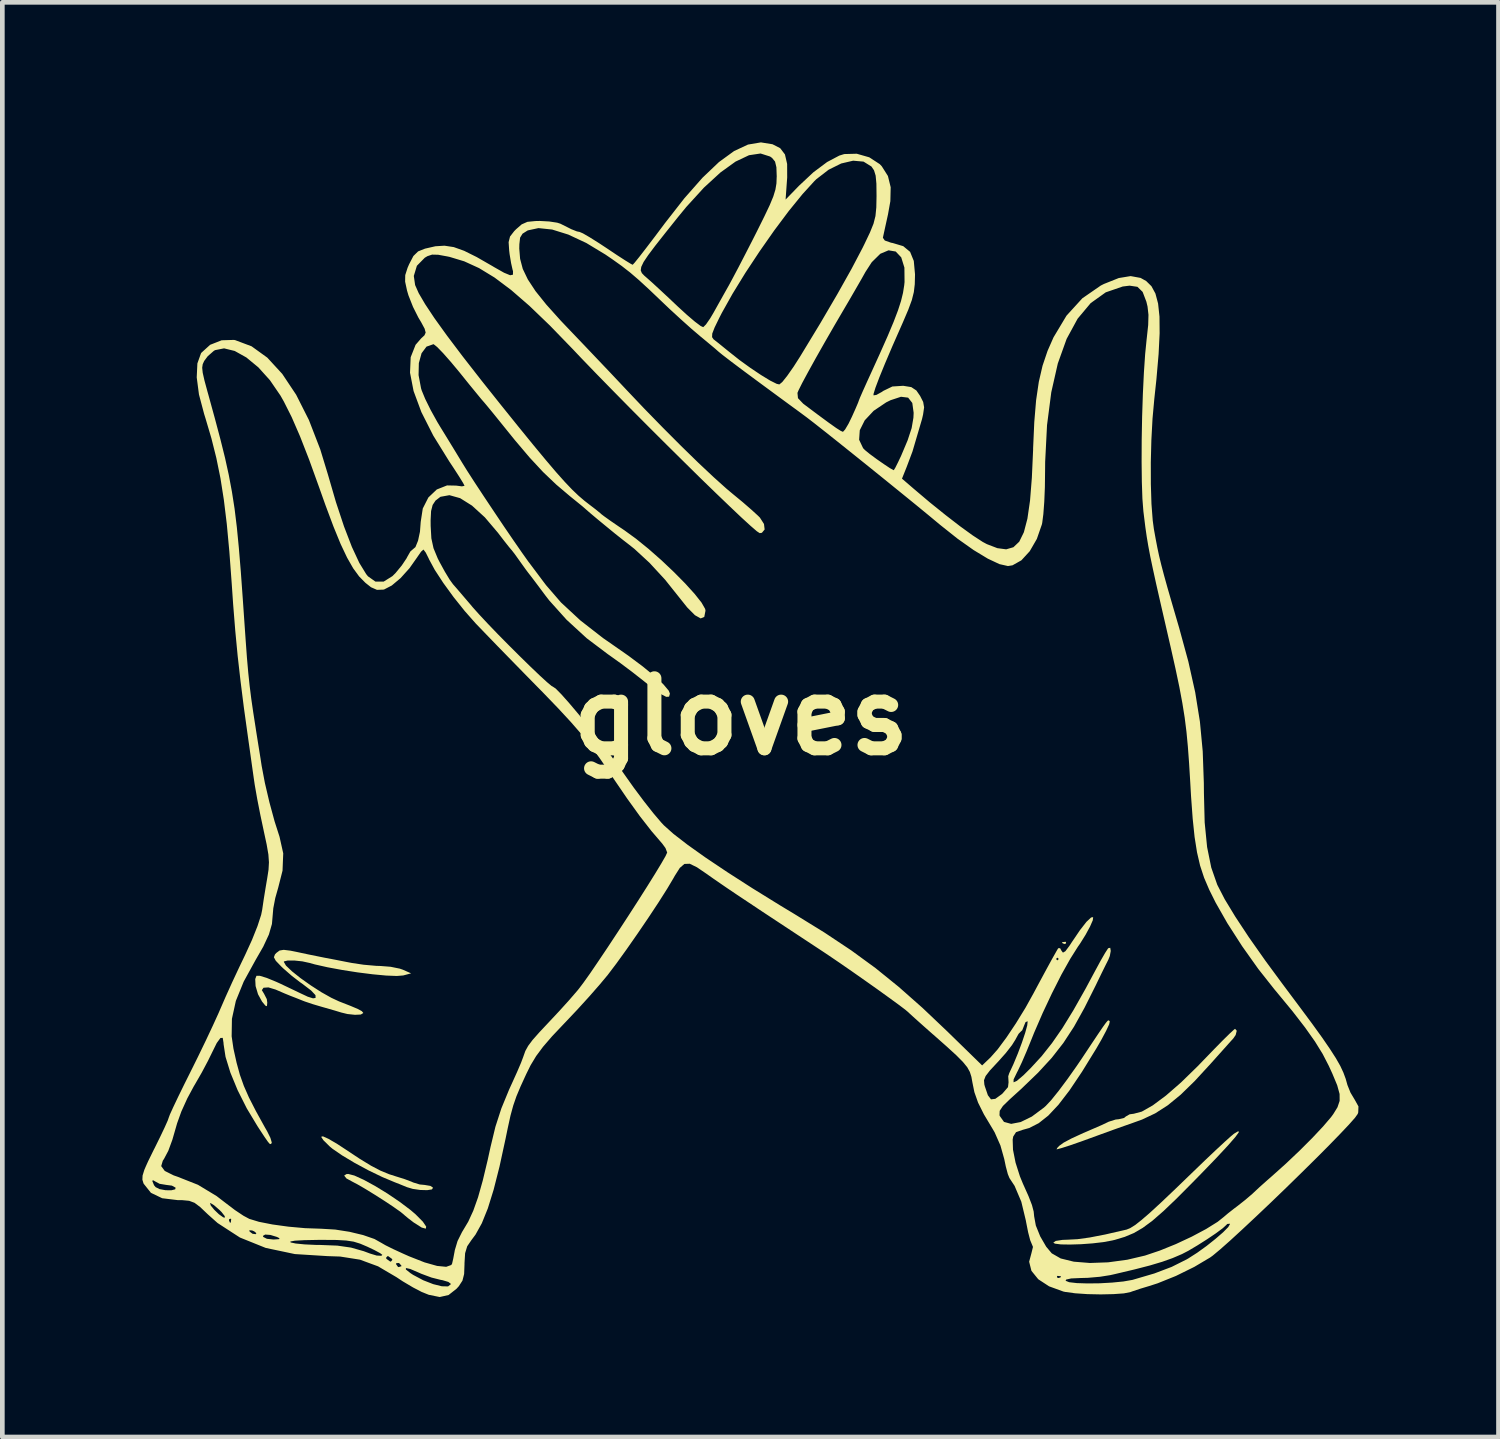
<source format=kicad_pcb>
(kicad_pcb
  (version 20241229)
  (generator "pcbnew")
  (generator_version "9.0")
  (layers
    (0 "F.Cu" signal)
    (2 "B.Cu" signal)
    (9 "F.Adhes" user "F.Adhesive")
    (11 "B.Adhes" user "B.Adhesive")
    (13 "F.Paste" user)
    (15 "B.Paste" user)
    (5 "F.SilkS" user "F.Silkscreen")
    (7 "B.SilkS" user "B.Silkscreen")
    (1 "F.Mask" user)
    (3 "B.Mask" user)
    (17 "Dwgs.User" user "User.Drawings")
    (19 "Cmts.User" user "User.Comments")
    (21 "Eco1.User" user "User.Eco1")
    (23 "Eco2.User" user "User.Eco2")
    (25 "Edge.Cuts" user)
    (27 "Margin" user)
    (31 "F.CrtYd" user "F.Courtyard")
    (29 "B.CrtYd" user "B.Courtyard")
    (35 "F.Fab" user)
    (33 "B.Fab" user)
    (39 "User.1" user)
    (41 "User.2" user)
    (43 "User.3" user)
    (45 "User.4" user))
  (footprint "gloves"
    (layer "F.Cu")
    (at 12.825 12.301)
    (property "Reference" "gloves" (at 0 0 0) (layer "F.SilkS") (effects (font (size 1.5 1.5) (thickness 0.3))))
    (attr board_only exclude_from_pos_files exclude_from_bom)
    (fp_poly (pts (xy 6.961 4.83) (xy 6.953 4.865) (xy 6.922 4.869) (xy 6.874 4.847) (xy 6.883 4.83) (xy 6.952 4.823)) (stroke (width 0) (type solid)) (fill yes) (layer "F.SilkS"))
    (fp_poly (pts (xy -8.284 9.83) (xy -8.084 9.921) (xy -7.84 10.054) (xy -7.575 10.216) (xy -7.315 10.392) (xy -7.084 10.566) (xy -6.974 10.66) (xy -6.818 10.817) (xy -6.746 10.923) (xy -6.754 10.968) (xy -6.842 10.944) (xy -7.008 10.839) (xy -7.01 10.838) (xy -7.133 10.744) (xy -7.21 10.68) (xy -7.215 10.674) (xy -7.289 10.613) (xy -7.436 10.509) (xy -7.629 10.38) (xy -7.842 10.244) (xy -8.047 10.118) (xy -8.217 10.019) (xy -8.315 9.968) (xy -8.454 9.892) (xy -8.503 9.831) (xy -8.454 9.799) (xy -8.415 9.796)) (stroke (width 0) (type solid)) (fill yes) (layer "F.SilkS"))
    (fp_poly (pts (xy -8.84 9.043) (xy -8.647 9.156) (xy -8.481 9.265) (xy -8.17 9.471) (xy -7.926 9.62) (xy -7.725 9.725) (xy -7.541 9.801) (xy -7.391 9.849) (xy -7.209 9.906) (xy -7.062 9.961) (xy -7.025 9.978) (xy -6.885 10.021) (xy -6.78 10.031) (xy -6.655 10.052) (xy -6.599 10.09) (xy -6.622 10.127) (xy -6.725 10.143) (xy -6.873 10.139) (xy -7.033 10.116) (xy -7.157 10.079) (xy -7.316 10.014) (xy -7.421 9.973) (xy -7.686 9.862) (xy -7.984 9.718) (xy -8.282 9.557) (xy -8.549 9.397) (xy -8.752 9.257) (xy -8.807 9.212) (xy -8.947 9.074) (xy -8.996 9) (xy -8.958 8.99)) (stroke (width 0) (type solid)) (fill yes) (layer "F.SilkS"))
    (fp_poly (pts (xy 10.661 8.903) (xy 10.586 9.006) (xy 10.428 9.187) (xy 10.187 9.446) (xy 9.865 9.78) (xy 9.669 9.98) (xy 9.326 10.325) (xy 9.044 10.594) (xy 8.809 10.799) (xy 8.603 10.951) (xy 8.412 11.062) (xy 8.219 11.143) (xy 8.007 11.207) (xy 7.948 11.221) (xy 7.759 11.256) (xy 7.527 11.283) (xy 7.28 11.301) (xy 7.046 11.308) (xy 6.851 11.305) (xy 6.723 11.289) (xy 6.687 11.267) (xy 6.741 11.23) (xy 6.885 11.208) (xy 6.995 11.204) (xy 7.206 11.193) (xy 7.467 11.157) (xy 7.798 11.093) (xy 8.219 10.996) (xy 8.256 10.988) (xy 8.335 10.956) (xy 8.44 10.89) (xy 8.58 10.78) (xy 8.766 10.619) (xy 9.006 10.398) (xy 9.309 10.11) (xy 9.684 9.748) (xy 9.935 9.506) (xy 10.165 9.288) (xy 10.358 9.109) (xy 10.497 8.984) (xy 10.559 8.933) (xy 10.652 8.878)) (stroke (width 0) (type solid)) (fill yes) (layer "F.SilkS"))
    (fp_poly (pts (xy 10.617 6.728) (xy 10.594 6.819) (xy 10.544 6.892) (xy 10.476 6.967) (xy 10.35 7.108) (xy 10.186 7.291) (xy 10.06 7.432) (xy 9.714 7.808) (xy 9.413 8.101) (xy 9.138 8.326) (xy 8.87 8.498) (xy 8.588 8.631) (xy 8.388 8.703) (xy 8.209 8.766) (xy 7.964 8.853) (xy 7.7 8.949) (xy 7.626 8.976) (xy 7.316 9.089) (xy 7.056 9.18) (xy 6.866 9.241) (xy 6.764 9.268) (xy 6.757 9.268) (xy 6.775 9.235) (xy 6.815 9.193) (xy 6.909 9.125) (xy 7.076 9.036) (xy 7.33 8.919) (xy 7.553 8.823) (xy 7.721 8.75) (xy 7.856 8.686) (xy 7.874 8.677) (xy 8.023 8.63) (xy 8.091 8.623) (xy 8.204 8.596) (xy 8.242 8.564) (xy 8.323 8.518) (xy 8.412 8.506) (xy 8.584 8.46) (xy 8.816 8.328) (xy 9.1 8.117) (xy 9.424 7.835) (xy 9.78 7.488) (xy 9.892 7.372) (xy 10.115 7.141) (xy 10.309 6.943) (xy 10.461 6.793) (xy 10.557 6.705) (xy 10.581 6.687)) (stroke (width 0) (type solid)) (fill yes) (layer "F.SilkS"))
    (fp_poly (pts (xy -9.653 5.013) (xy -9.52 5.04) (xy -9.277 5.092) (xy -9.03 5.142) (xy -8.916 5.165) (xy -8.694 5.207) (xy -8.44 5.257) (xy -8.34 5.276) (xy -8.087 5.314) (xy -7.818 5.338) (xy -7.724 5.341) (xy -7.508 5.358) (xy -7.311 5.398) (xy -7.245 5.421) (xy -7.069 5.499) (xy -7.238 5.544) (xy -7.376 5.555) (xy -7.603 5.546) (xy -7.892 5.519) (xy -8.216 5.478) (xy -8.548 5.426) (xy -8.862 5.368) (xy -9.132 5.307) (xy -9.243 5.276) (xy -9.399 5.242) (xy -9.568 5.224) (xy -9.712 5.224) (xy -9.791 5.243) (xy -9.796 5.253) (xy -9.749 5.333) (xy -9.622 5.454) (xy -9.439 5.6) (xy -9.222 5.754) (xy -8.994 5.901) (xy -8.777 6.023) (xy -8.614 6.099) (xy -8.366 6.196) (xy -8.21 6.262) (xy -8.127 6.307) (xy -8.097 6.34) (xy -8.095 6.35) (xy -8.146 6.381) (xy -8.272 6.387) (xy -8.433 6.37) (xy -8.564 6.338) (xy -8.713 6.293) (xy -8.908 6.237) (xy -8.975 6.218) (xy -9.171 6.16) (xy -9.344 6.102) (xy -9.386 6.086) (xy -9.546 6.022) (xy -9.65 5.982) (xy -9.782 5.928) (xy -9.951 5.855) (xy -9.972 5.846) (xy -10.125 5.8) (xy -10.231 5.807) (xy -10.266 5.859) (xy -10.219 5.936) (xy -10.16 6.051) (xy -10.15 6.127) (xy -10.157 6.202) (xy -10.19 6.191) (xy -10.262 6.103) (xy -10.348 5.947) (xy -10.4 5.772) (xy -10.408 5.621) (xy -10.381 5.551) (xy -10.31 5.551) (xy -10.16 5.597) (xy -9.958 5.68) (xy -9.874 5.718) (xy -9.647 5.826) (xy -9.447 5.922) (xy -9.308 5.987) (xy -9.283 5.999) (xy -9.17 6.034) (xy -9.115 6.025) (xy -9.117 5.966) (xy -9.211 5.866) (xy -9.402 5.72) (xy -9.444 5.691) (xy -9.621 5.555) (xy -9.806 5.394) (xy -9.85 5.352) (xy -9.967 5.23) (xy -10.008 5.154) (xy -9.985 5.093) (xy -9.955 5.061) (xy -9.887 5.01) (xy -9.798 4.995)) (stroke (width 0) (type solid)) (fill yes) (layer "F.SilkS"))
    (fp_poly (pts (xy 0.673 -12.261) (xy 0.837 -12.177) (xy 0.939 -12.043) (xy 0.986 -11.839) (xy 0.987 -11.547) (xy 0.983 -11.495) (xy 0.953 -11.076) (xy 1.242 -11.374) (xy 1.549 -11.661) (xy 1.842 -11.88) (xy 2.103 -12.018) (xy 2.21 -12.051) (xy 2.477 -12.058) (xy 2.746 -11.981) (xy 2.97 -11.835) (xy 3.014 -11.788) (xy 3.145 -11.581) (xy 3.204 -11.34) (xy 3.197 -11.042) (xy 3.147 -10.761) (xy 3.099 -10.543) (xy 3.06 -10.365) (xy 3.038 -10.263) (xy 3.037 -10.258) (xy 3.078 -10.199) (xy 3.212 -10.152) (xy 3.246 -10.146) (xy 3.473 -10.078) (xy 3.62 -9.956) (xy 3.699 -9.762) (xy 3.725 -9.478) (xy 3.725 -9.457) (xy 3.72 -9.262) (xy 3.7 -9.094) (xy 3.657 -8.923) (xy 3.581 -8.717) (xy 3.465 -8.445) (xy 3.427 -8.359) (xy 3.239 -7.932) (xy 3.082 -7.563) (xy 2.96 -7.264) (xy 2.877 -7.044) (xy 2.837 -6.914) (xy 2.836 -6.882) (xy 2.899 -6.892) (xy 3.015 -6.956) (xy 3.046 -6.978) (xy 3.24 -7.072) (xy 3.472 -7.087) (xy 3.645 -7.059) (xy 3.754 -6.987) (xy 3.834 -6.871) (xy 3.9 -6.741) (xy 3.92 -6.625) (xy 3.898 -6.472) (xy 3.875 -6.373) (xy 3.671 -5.68) (xy 3.547 -5.35) (xy 3.446 -5.098) (xy 3.698 -4.881) (xy 4.042 -4.59) (xy 4.38 -4.318) (xy 4.692 -4.077) (xy 4.963 -3.881) (xy 5.175 -3.743) (xy 5.265 -3.695) (xy 5.489 -3.609) (xy 5.678 -3.584) (xy 5.833 -3.629) (xy 5.958 -3.748) (xy 6.057 -3.95) (xy 6.133 -4.241) (xy 6.189 -4.628) (xy 6.228 -5.118) (xy 6.255 -5.718) (xy 6.255 -5.749) (xy 6.28 -6.31) (xy 6.319 -6.777) (xy 6.377 -7.172) (xy 6.457 -7.517) (xy 6.564 -7.834) (xy 6.692 -8.125) (xy 6.97 -8.589) (xy 7.309 -8.961) (xy 7.704 -9.234) (xy 7.771 -9.268) (xy 8.089 -9.395) (xy 8.344 -9.437) (xy 8.557 -9.398) (xy 8.677 -9.331) (xy 8.79 -9.22) (xy 8.875 -9.063) (xy 8.932 -8.849) (xy 8.962 -8.569) (xy 8.965 -8.211) (xy 8.943 -7.767) (xy 8.896 -7.224) (xy 8.851 -6.805) (xy 8.813 -6.386) (xy 8.788 -5.924) (xy 8.776 -5.447) (xy 8.777 -4.982) (xy 8.79 -4.558) (xy 8.817 -4.204) (xy 8.842 -4.018) (xy 8.881 -3.803) (xy 8.917 -3.616) (xy 8.955 -3.438) (xy 9.001 -3.249) (xy 9.059 -3.029) (xy 9.134 -2.759) (xy 9.232 -2.42) (xy 9.357 -1.991) (xy 9.382 -1.906) (xy 9.58 -1.181) (xy 9.727 -0.522) (xy 9.828 0.107) (xy 9.888 0.743) (xy 9.912 1.421) (xy 9.914 1.641) (xy 9.93 2.267) (xy 9.982 2.794) (xy 10.071 3.233) (xy 10.198 3.597) (xy 10.204 3.61) (xy 10.358 3.909) (xy 10.586 4.285) (xy 10.879 4.729) (xy 11.233 5.232) (xy 11.614 5.749) (xy 11.952 6.201) (xy 12.227 6.571) (xy 12.445 6.873) (xy 12.613 7.118) (xy 12.741 7.317) (xy 12.835 7.482) (xy 12.902 7.626) (xy 12.951 7.759) (xy 12.988 7.891) (xy 13.053 8.053) (xy 13.145 8.207) (xy 13.224 8.349) (xy 13.219 8.479) (xy 13.207 8.512) (xy 13.15 8.592) (xy 13.019 8.74) (xy 12.826 8.944) (xy 12.583 9.194) (xy 12.301 9.477) (xy 11.993 9.781) (xy 11.671 10.096) (xy 11.346 10.409) (xy 11.031 10.708) (xy 10.737 10.983) (xy 10.477 11.222) (xy 10.261 11.413) (xy 10.104 11.544) (xy 10.049 11.584) (xy 9.709 11.786) (xy 9.315 11.98) (xy 8.923 12.138) (xy 8.74 12.197) (xy 8.548 12.255) (xy 8.383 12.31) (xy 8.342 12.325) (xy 8.2 12.354) (xy 7.976 12.37) (xy 7.704 12.376) (xy 7.419 12.37) (xy 7.155 12.352) (xy 6.947 12.324) (xy 6.904 12.315) (xy 6.597 12.203) (xy 6.415 12.084) (xy 6.951 12.084) (xy 7.028 12.115) (xy 7.193 12.134) (xy 7.42 12.141) (xy 7.68 12.138) (xy 7.946 12.123) (xy 8.189 12.099) (xy 8.383 12.065) (xy 8.4 12.06) (xy 8.853 11.927) (xy 9.222 11.787) (xy 9.542 11.627) (xy 9.58 11.605) (xy 9.769 11.484) (xy 9.97 11.339) (xy 10.161 11.187) (xy 10.323 11.047) (xy 10.434 10.935) (xy 10.473 10.868) (xy 10.471 10.862) (xy 10.413 10.867) (xy 10.394 10.888) (xy 10.319 10.957) (xy 10.171 11.067) (xy 9.98 11.196) (xy 9.773 11.327) (xy 9.581 11.441) (xy 9.444 11.512) (xy 9.243 11.598) (xy 9.021 11.677) (xy 8.757 11.756) (xy 8.428 11.841) (xy 8.01 11.94) (xy 7.908 11.963) (xy 7.688 11.998) (xy 7.425 12.021) (xy 7.274 12.025) (xy 7.07 12.034) (xy 6.963 12.058) (xy 6.951 12.084) (xy 6.415 12.084) (xy 6.365 12.051) (xy 6.312 11.986) (xy 6.766 11.986) (xy 6.774 12.021) (xy 6.805 12.025) (xy 6.853 12.004) (xy 6.844 11.986) (xy 6.774 11.979) (xy 6.766 11.986) (xy 6.312 11.986) (xy 6.219 11.871) (xy 6.17 11.676) (xy 6.218 11.497) (xy 6.252 11.359) (xy 6.229 11.303) (xy 6.192 11.214) (xy 6.148 11.044) (xy 6.105 10.827) (xy 6.1 10.797) (xy 6.002 10.39) (xy 5.858 10.051) (xy 5.748 9.884) (xy 5.713 9.798) (xy 5.67 9.636) (xy 5.636 9.474) (xy 5.555 9.186) (xy 5.43 8.903) (xy 5.386 8.828) (xy 5.201 8.519) (xy 5.076 8.268) (xy 4.997 8.044) (xy 4.955 7.837) (xy 4.946 7.788) (xy 5.203 7.788) (xy 5.21 7.877) (xy 5.22 7.916) (xy 5.286 8.11) (xy 5.353 8.198) (xy 5.445 8.187) (xy 5.582 8.088) (xy 5.601 8.071) (xy 5.717 7.936) (xy 5.729 7.834) (xy 5.722 7.703) (xy 5.743 7.638) (xy 5.834 7.442) (xy 5.928 7.215) (xy 6.015 6.983) (xy 6.085 6.774) (xy 6.129 6.614) (xy 6.138 6.531) (xy 6.135 6.526) (xy 6.093 6.543) (xy 6.062 6.617) (xy 6.022 6.718) (xy 5.991 6.746) (xy 5.944 6.794) (xy 5.881 6.908) (xy 5.88 6.912) (xy 5.803 7.035) (xy 5.67 7.206) (xy 5.507 7.389) (xy 5.488 7.409) (xy 5.328 7.581) (xy 5.238 7.698) (xy 5.203 7.788) (xy 4.946 7.788) (xy 4.933 7.715) (xy 4.9 7.611) (xy 4.844 7.51) (xy 4.751 7.396) (xy 4.608 7.252) (xy 4.402 7.064) (xy 4.122 6.816) (xy 4.106 6.803) (xy 3.905 6.625) (xy 3.737 6.475) (xy 3.621 6.37) (xy 3.578 6.329) (xy 3.515 6.276) (xy 3.373 6.169) (xy 3.17 6.021) (xy 2.926 5.845) (xy 2.656 5.654) (xy 2.381 5.461) (xy 2.118 5.279) (xy 1.884 5.12) (xy 1.76 5.037) (xy 1.235 4.691) (xy 0.797 4.402) (xy 0.436 4.164) (xy 0.142 3.968) (xy -0.097 3.809) (xy -0.29 3.679) (xy -0.449 3.57) (xy -0.584 3.477) (xy -0.706 3.391) (xy -0.725 3.377) (xy -0.947 3.226) (xy -1.101 3.151) (xy -1.215 3.155) (xy -1.313 3.24) (xy -1.421 3.41) (xy -1.45 3.462) (xy -1.581 3.682) (xy -1.764 3.971) (xy -1.982 4.301) (xy -2.218 4.648) (xy -2.453 4.985) (xy -2.67 5.286) (xy -2.851 5.525) (xy -2.857 5.533) (xy -3.028 5.738) (xy -3.253 5.995) (xy -3.505 6.272) (xy -3.757 6.539) (xy -3.787 6.57) (xy -4.049 6.847) (xy -4.243 7.072) (xy -4.39 7.27) (xy -4.509 7.467) (xy -4.602 7.655) (xy -4.724 7.921) (xy -4.813 8.133) (xy -4.881 8.33) (xy -4.94 8.546) (xy -5 8.82) (xy -5.044 9.034) (xy -5.175 9.637) (xy -5.301 10.133) (xy -5.426 10.535) (xy -5.554 10.852) (xy -5.689 11.095) (xy -5.777 11.213) (xy -5.867 11.345) (xy -5.912 11.493) (xy -5.925 11.706) (xy -5.925 11.73) (xy -5.933 11.94) (xy -5.969 12.081) (xy -6.047 12.201) (xy -6.095 12.254) (xy -6.266 12.389) (xy -6.456 12.432) (xy -6.689 12.385) (xy -6.841 12.324) (xy -7.027 12.227) (xy -7.248 12.096) (xy -7.384 12.006) (xy -7.663 11.842) (xy -7.181 11.842) (xy -7.083 11.92) (xy -7.025 11.958) (xy -6.809 12.073) (xy -6.596 12.156) (xy -6.411 12.202) (xy -6.277 12.205) (xy -6.219 12.159) (xy -6.218 12.15) (xy -6.27 12.109) (xy -6.398 12.071) (xy -6.438 12.064) (xy -6.632 12.015) (xy -6.85 11.934) (xy -6.913 11.906) (xy -7.088 11.831) (xy -7.18 11.811) (xy -7.181 11.842) (xy -7.663 11.842) (xy -7.776 11.775) (xy -7.901 11.729) (xy -7.391 11.729) (xy -7.349 11.788) (xy -7.333 11.791) (xy -7.275 11.771) (xy -7.274 11.765) (xy -7.315 11.715) (xy -7.333 11.703) (xy -7.387 11.707) (xy -7.391 11.729) (xy -7.901 11.729) (xy -8.164 11.632) (xy -8.417 11.592) (xy -7.606 11.592) (xy -7.597 11.615) (xy -7.519 11.671) (xy -7.502 11.673) (xy -7.47 11.637) (xy -7.479 11.615) (xy -7.557 11.558) (xy -7.574 11.556) (xy -7.606 11.592) (xy -8.417 11.592) (xy -8.59 11.565) (xy -8.857 11.556) (xy -9.559 11.512) (xy -10.184 11.38) (xy -10.524 11.243) (xy -9.656 11.243) (xy -9.65 11.263) (xy -9.54 11.286) (xy -9.347 11.305) (xy -9.106 11.316) (xy -9.009 11.317) (xy -8.649 11.331) (xy -8.357 11.373) (xy -8.085 11.45) (xy -7.948 11.501) (xy -7.806 11.544) (xy -7.707 11.549) (xy -7.685 11.529) (xy -7.733 11.492) (xy -7.86 11.424) (xy -8.009 11.353) (xy -8.16 11.289) (xy -8.299 11.246) (xy -8.457 11.222) (xy -8.664 11.21) (xy -8.95 11.208) (xy -9.05 11.208) (xy -9.354 11.214) (xy -9.558 11.225) (xy -9.656 11.243) (xy -10.524 11.243) (xy -10.735 11.158) (xy -10.789 11.123) (xy -10.243 11.123) (xy -10.236 11.145) (xy -10.158 11.185) (xy -10.018 11.2) (xy -10.013 11.2) (xy -9.897 11.193) (xy -9.888 11.173) (xy -9.943 11.145) (xy -10.084 11.102) (xy -10.195 11.094) (xy -10.243 11.123) (xy -10.789 11.123) (xy -10.976 11.002) (xy -10.535 11.002) (xy -10.529 11.029) (xy -10.466 11.077) (xy -10.399 11.086) (xy -10.383 11.064) (xy -10.429 11.026) (xy -10.474 11.006) (xy -10.535 11.002) (xy -10.976 11.002) (xy -11.214 10.847) (xy -11.274 10.794) (xy -10.97 10.794) (xy -10.948 10.842) (xy -10.93 10.833) (xy -10.923 10.763) (xy -10.93 10.754) (xy -10.965 10.762) (xy -10.97 10.794) (xy -11.274 10.794) (xy -11.424 10.66) (xy -11.588 10.504) (xy -11.7 10.42) (xy -11.375 10.42) (xy -11.36 10.473) (xy -11.285 10.564) (xy -11.186 10.659) (xy -11.095 10.724) (xy -11.062 10.735) (xy -11.06 10.7) (xy -11.129 10.612) (xy -11.175 10.566) (xy -11.289 10.467) (xy -11.364 10.42) (xy -11.375 10.42) (xy -11.7 10.42) (xy -11.708 10.414) (xy -11.823 10.371) (xy -11.972 10.357) (xy -12.072 10.356) (xy -12.401 10.316) (xy -12.642 10.2) (xy -12.796 10.007) (xy -12.802 9.995) (xy -12.816 9.949) (xy -12.612 9.949) (xy -12.575 10.038) (xy -12.542 10.078) (xy -12.456 10.121) (xy -12.33 10.144) (xy -12.206 10.146) (xy -12.122 10.125) (xy -12.113 10.09) (xy -12.193 10.046) (xy -12.31 10.031) (xy -12.456 10.007) (xy -12.542 9.961) (xy -12.6 9.928) (xy -12.612 9.949) (xy -12.816 9.949) (xy -12.825 9.919) (xy -12.821 9.83) (xy -12.783 9.707) (xy -12.749 9.628) (xy -12.422 9.628) (xy -12.345 9.732) (xy -12.154 9.827) (xy -12.07 9.856) (xy -11.635 10.028) (xy -11.237 10.268) (xy -11.034 10.424) (xy -10.843 10.569) (xy -10.66 10.691) (xy -10.535 10.758) (xy -10.328 10.821) (xy -10.038 10.878) (xy -9.697 10.925) (xy -9.341 10.957) (xy -9.001 10.969) (xy -8.982 10.97) (xy -8.695 10.987) (xy -8.388 11.035) (xy -8.096 11.105) (xy -7.854 11.189) (xy -7.701 11.275) (xy -7.618 11.323) (xy -7.455 11.404) (xy -7.24 11.503) (xy -7.114 11.559) (xy -6.781 11.69) (xy -6.512 11.766) (xy -6.317 11.785) (xy -6.208 11.746) (xy -6.191 11.717) (xy -6.167 11.613) (xy -6.137 11.454) (xy -6.133 11.43) (xy -6.074 11.233) (xy -5.977 11.038) (xy -5.965 11.019) (xy -5.845 10.818) (xy -5.737 10.583) (xy -5.635 10.296) (xy -5.534 9.937) (xy -5.427 9.49) (xy -5.369 9.224) (xy -5.263 8.785) (xy -5.136 8.393) (xy -4.969 7.987) (xy -4.898 7.831) (xy -4.799 7.612) (xy -4.715 7.416) (xy -4.665 7.283) (xy -4.662 7.274) (xy -4.622 7.162) (xy -4.562 7.053) (xy -4.467 6.926) (xy -4.32 6.76) (xy -4.107 6.533) (xy -4.096 6.521) (xy -3.891 6.302) (xy -3.683 6.072) (xy -3.511 5.873) (xy -3.479 5.834) (xy -3.379 5.702) (xy -3.235 5.5) (xy -3.059 5.241) (xy -2.858 4.942) (xy -2.644 4.617) (xy -2.425 4.282) (xy -2.213 3.953) (xy -2.016 3.643) (xy -1.845 3.369) (xy -1.71 3.146) (xy -1.619 2.988) (xy -1.584 2.912) (xy -1.584 2.91) (xy -1.62 2.815) (xy -1.686 2.724) (xy -1.919 2.452) (xy -2.168 2.133) (xy -2.444 1.75) (xy -2.762 1.284) (xy -2.816 1.203) (xy -3.022 0.9) (xy -3.217 0.632) (xy -3.418 0.378) (xy -3.646 0.116) (xy -3.917 -0.177) (xy -4.251 -0.524) (xy -4.342 -0.616) (xy -4.643 -0.923) (xy -4.94 -1.227) (xy -5.215 -1.509) (xy -5.45 -1.752) (xy -5.628 -1.937) (xy -5.683 -1.994) (xy -5.919 -2.261) (xy -6.159 -2.561) (xy -6.38 -2.865) (xy -6.562 -3.144) (xy -6.685 -3.371) (xy -6.692 -3.388) (xy -6.755 -3.514) (xy -6.802 -3.577) (xy -6.806 -3.578) (xy -6.855 -3.534) (xy -6.931 -3.425) (xy -6.936 -3.417) (xy -7.104 -3.179) (xy -7.294 -2.968) (xy -7.483 -2.809) (xy -7.645 -2.725) (xy -7.661 -2.721) (xy -7.8 -2.716) (xy -7.928 -2.772) (xy -8.048 -2.867) (xy -8.182 -3.003) (xy -8.31 -3.178) (xy -8.44 -3.406) (xy -8.579 -3.699) (xy -8.731 -4.07) (xy -8.904 -4.532) (xy -9.034 -4.898) (xy -9.252 -5.502) (xy -9.448 -6.004) (xy -9.627 -6.416) (xy -9.795 -6.75) (xy -9.867 -6.877) (xy -10.093 -7.207) (xy -10.341 -7.482) (xy -10.598 -7.694) (xy -10.847 -7.833) (xy -11.075 -7.889) (xy -11.267 -7.851) (xy -11.295 -7.835) (xy -11.425 -7.721) (xy -11.501 -7.619) (xy -11.533 -7.549) (xy -11.544 -7.474) (xy -11.533 -7.367) (xy -11.496 -7.203) (xy -11.429 -6.956) (xy -11.415 -6.907) (xy -11.273 -6.39) (xy -11.154 -5.942) (xy -11.055 -5.544) (xy -10.974 -5.176) (xy -10.907 -4.818) (xy -10.85 -4.453) (xy -10.802 -4.059) (xy -10.759 -3.618) (xy -10.717 -3.11) (xy -10.674 -2.516) (xy -10.646 -2.112) (xy -10.613 -1.639) (xy -10.585 -1.257) (xy -10.557 -0.939) (xy -10.527 -0.657) (xy -10.493 -0.385) (xy -10.451 -0.095) (xy -10.399 0.238) (xy -10.391 0.293) (xy -10.346 0.576) (xy -10.296 0.886) (xy -10.27 1.056) (xy -10.201 1.42) (xy -10.104 1.834) (xy -9.993 2.243) (xy -9.887 2.574) (xy -9.808 2.928) (xy -9.823 3.299) (xy -9.915 3.661) (xy -9.979 3.887) (xy -10.021 4.106) (xy -10.031 4.224) (xy -10.05 4.442) (xy -10.115 4.667) (xy -10.236 4.927) (xy -10.4 5.212) (xy -10.655 5.676) (xy -10.823 6.089) (xy -10.907 6.473) (xy -10.913 6.847) (xy -10.874 7.113) (xy -10.807 7.414) (xy -10.737 7.67) (xy -10.652 7.909) (xy -10.542 8.159) (xy -10.394 8.448) (xy -10.198 8.803) (xy -10.154 8.879) (xy -10.083 9.022) (xy -10.054 9.12) (xy -10.057 9.138) (xy -10.076 9.156) (xy -10.098 9.151) (xy -10.136 9.107) (xy -10.207 9.005) (xy -10.324 8.827) (xy -10.361 8.77) (xy -10.589 8.391) (xy -10.785 8.001) (xy -10.94 7.625) (xy -11.044 7.287) (xy -11.086 7.014) (xy -11.087 6.988) (xy -11.104 6.881) (xy -11.153 6.883) (xy -11.232 6.991) (xy -11.321 7.171) (xy -11.42 7.373) (xy -11.554 7.625) (xy -11.699 7.877) (xy -11.723 7.917) (xy -11.863 8.177) (xy -11.991 8.46) (xy -12.081 8.71) (xy -12.089 8.738) (xy -12.183 9.064) (xy -12.27 9.3) (xy -12.361 9.472) (xy -12.388 9.513) (xy -12.422 9.628) (xy -12.749 9.628) (xy -12.703 9.526) (xy -12.575 9.265) (xy -12.564 9.245) (xy -12.444 9.001) (xy -12.346 8.795) (xy -12.281 8.649) (xy -12.26 8.588) (xy -12.235 8.521) (xy -12.165 8.367) (xy -12.059 8.144) (xy -11.926 7.872) (xy -11.803 7.626) (xy -11.634 7.285) (xy -11.467 6.94) (xy -11.317 6.621) (xy -11.197 6.358) (xy -11.149 6.247) (xy -11.041 5.999) (xy -10.901 5.689) (xy -10.747 5.36) (xy -10.625 5.106) (xy -10.477 4.782) (xy -10.359 4.486) (xy -10.281 4.246) (xy -10.259 4.139) (xy -10.226 3.913) (xy -10.182 3.643) (xy -10.151 3.461) (xy -10.123 3.28) (xy -10.114 3.121) (xy -10.126 2.952) (xy -10.163 2.738) (xy -10.226 2.446) (xy -10.228 2.435) (xy -10.297 2.111) (xy -10.364 1.77) (xy -10.418 1.463) (xy -10.439 1.32) (xy -10.48 1.03) (xy -10.523 0.723) (xy -10.559 0.469) (xy -10.65 -0.186) (xy -10.723 -0.764) (xy -10.784 -1.301) (xy -10.835 -1.836) (xy -10.881 -2.407) (xy -10.911 -2.845) (xy -10.962 -3.534) (xy -11.017 -4.127) (xy -11.08 -4.645) (xy -11.153 -5.109) (xy -11.241 -5.541) (xy -11.346 -5.96) (xy -11.473 -6.389) (xy -11.502 -6.482) (xy -11.613 -6.901) (xy -11.661 -7.267) (xy -11.647 -7.566) (xy -11.57 -7.782) (xy -11.56 -7.796) (xy -11.374 -7.965) (xy -11.127 -8.062) (xy -10.865 -8.07) (xy -10.837 -8.065) (xy -10.486 -7.933) (xy -10.149 -7.69) (xy -9.829 -7.342) (xy -9.531 -6.895) (xy -9.258 -6.354) (xy -9.015 -5.726) (xy -8.852 -5.191) (xy -8.679 -4.596) (xy -8.506 -4.074) (xy -8.338 -3.637) (xy -8.178 -3.293) (xy -8.031 -3.053) (xy -7.993 -3.006) (xy -7.832 -2.892) (xy -7.656 -2.893) (xy -7.469 -3.01) (xy -7.4 -3.079) (xy -7.27 -3.237) (xy -7.168 -3.389) (xy -7.146 -3.431) (xy -7.084 -3.539) (xy -7.039 -3.578) (xy -6.976 -3.632) (xy -6.92 -3.77) (xy -6.879 -3.962) (xy -6.863 -4.173) (xy -6.819 -4.458) (xy -6.699 -4.695) (xy -6.519 -4.866) (xy -6.299 -4.953) (xy -6.105 -4.949) (xy -5.981 -4.933) (xy -5.925 -4.944) (xy -5.925 -4.946) (xy -5.955 -5.005) (xy -6.038 -5.14) (xy -6.158 -5.326) (xy -6.251 -5.466) (xy -6.594 -6.02) (xy -6.849 -6.524) (xy -7.016 -6.975) (xy -7.092 -7.367) (xy -7.078 -7.699) (xy -6.973 -7.965) (xy -6.854 -8.102) (xy -6.783 -8.168) (xy -6.757 -8.227) (xy -6.779 -8.31) (xy -6.853 -8.448) (xy -6.914 -8.55) (xy -7.028 -8.777) (xy -7.126 -9.025) (xy -7.156 -9.127) (xy -7.197 -9.318) (xy -7.195 -9.44) (xy -7.011 -9.44) (xy -6.983 -9.245) (xy -6.906 -9.071) (xy -6.769 -8.837) (xy -6.57 -8.537) (xy -6.304 -8.167) (xy -5.969 -7.723) (xy -5.562 -7.201) (xy -5.153 -6.687) (xy -4.769 -6.21) (xy -4.448 -5.816) (xy -4.182 -5.495) (xy -3.961 -5.235) (xy -3.777 -5.029) (xy -3.62 -4.864) (xy -3.482 -4.732) (xy -3.353 -4.622) (xy -3.255 -4.546) (xy -3.114 -4.438) (xy -3.016 -4.358) (xy -2.992 -4.336) (xy -2.933 -4.291) (xy -2.8 -4.196) (xy -2.615 -4.069) (xy -2.499 -3.991) (xy -2.25 -3.81) (xy -1.98 -3.591) (xy -1.704 -3.348) (xy -1.438 -3.096) (xy -1.196 -2.851) (xy -0.994 -2.628) (xy -0.847 -2.442) (xy -0.77 -2.307) (xy -0.763 -2.27) (xy -0.789 -2.136) (xy -0.866 -2.104) (xy -0.989 -2.173) (xy -1.155 -2.34) (xy -1.312 -2.537) (xy -1.629 -2.934) (xy -1.963 -3.296) (xy -2.285 -3.593) (xy -2.405 -3.688) (xy -2.525 -3.781) (xy -2.695 -3.916) (xy -2.887 -4.073) (xy -3.074 -4.227) (xy -3.231 -4.359) (xy -3.33 -4.445) (xy -3.344 -4.458) (xy -3.402 -4.508) (xy -3.524 -4.607) (xy -3.666 -4.722) (xy -3.961 -4.972) (xy -4.241 -5.239) (xy -4.529 -5.549) (xy -4.846 -5.923) (xy -4.99 -6.101) (xy -5.174 -6.329) (xy -5.332 -6.524) (xy -5.45 -6.667) (xy -5.512 -6.741) (xy -5.517 -6.746) (xy -5.564 -6.8) (xy -5.669 -6.928) (xy -5.819 -7.111) (xy -5.997 -7.332) (xy -6.033 -7.377) (xy -6.219 -7.6) (xy -6.383 -7.786) (xy -6.51 -7.917) (xy -6.584 -7.976) (xy -6.591 -7.978) (xy -6.739 -7.926) (xy -6.845 -7.784) (xy -6.903 -7.573) (xy -6.909 -7.316) (xy -6.856 -7.034) (xy -6.842 -6.988) (xy -6.767 -6.806) (xy -6.649 -6.567) (xy -6.507 -6.311) (xy -6.445 -6.208) (xy -6.292 -5.959) (xy -6.141 -5.712) (xy -6.017 -5.508) (xy -5.98 -5.447) (xy -5.869 -5.268) (xy -5.708 -5.018) (xy -5.511 -4.719) (xy -5.295 -4.395) (xy -5.077 -4.07) (xy -4.87 -3.767) (xy -4.692 -3.51) (xy -4.559 -3.323) (xy -4.536 -3.293) (xy -4.389 -3.097) (xy -4.243 -2.902) (xy -4.178 -2.816) (xy -3.858 -2.446) (xy -3.445 -2.063) (xy -2.96 -1.685) (xy -2.754 -1.542) (xy -2.41 -1.302) (xy -2.104 -1.073) (xy -1.851 -0.865) (xy -1.662 -0.689) (xy -1.55 -0.556) (xy -1.525 -0.493) (xy -1.543 -0.428) (xy -1.604 -0.424) (xy -1.721 -0.485) (xy -1.903 -0.618) (xy -2.072 -0.752) (xy -2.316 -0.944) (xy -2.581 -1.143) (xy -2.817 -1.312) (xy -2.856 -1.339) (xy -3.308 -1.68) (xy -3.739 -2.076) (xy -4.109 -2.488) (xy -4.197 -2.601) (xy -4.336 -2.788) (xy -4.455 -2.946) (xy -4.53 -3.044) (xy -4.536 -3.05) (xy -4.614 -3.154) (xy -4.72 -3.302) (xy -4.75 -3.344) (xy -4.845 -3.477) (xy -4.913 -3.565) (xy -4.925 -3.578) (xy -4.974 -3.637) (xy -5.073 -3.762) (xy -5.2 -3.927) (xy -5.203 -3.932) (xy -5.489 -4.269) (xy -5.764 -4.52) (xy -6.019 -4.68) (xy -6.248 -4.744) (xy -6.441 -4.709) (xy -6.546 -4.628) (xy -6.608 -4.534) (xy -6.641 -4.404) (xy -6.651 -4.204) (xy -6.65 -4.085) (xy -6.635 -3.819) (xy -6.589 -3.608) (xy -6.498 -3.388) (xy -6.457 -3.308) (xy -6.347 -3.107) (xy -6.243 -2.935) (xy -6.172 -2.837) (xy -6.087 -2.74) (xy -5.953 -2.583) (xy -5.793 -2.396) (xy -5.75 -2.344) (xy -5.612 -2.19) (xy -5.427 -1.992) (xy -5.21 -1.766) (xy -4.974 -1.527) (xy -4.736 -1.29) (xy -4.511 -1.07) (xy -4.313 -0.881) (xy -4.158 -0.739) (xy -4.061 -0.658) (xy -4.037 -0.645) (xy -3.971 -0.601) (xy -3.849 -0.477) (xy -3.681 -0.288) (xy -3.481 -0.051) (xy -3.262 0.219) (xy -3.035 0.508) (xy -2.814 0.801) (xy -2.61 1.081) (xy -2.514 1.218) (xy -2.303 1.516) (xy -2.084 1.809) (xy -1.88 2.068) (xy -1.71 2.268) (xy -1.655 2.327) (xy -1.448 2.512) (xy -1.146 2.745) (xy -0.758 3.021) (xy -0.292 3.333) (xy 0.242 3.676) (xy 0.837 4.044) (xy 1.137 4.225) (xy 1.787 4.626) (xy 2.358 5.006) (xy 2.879 5.386) (xy 3.378 5.79) (xy 3.886 6.239) (xy 4.415 6.741) (xy 5.163 7.471) (xy 5.343 7.299) (xy 5.496 7.126) (xy 5.683 6.874) (xy 5.887 6.569) (xy 6.091 6.237) (xy 6.262 5.929) (xy 6.397 5.677) (xy 6.534 5.423) (xy 6.658 5.196) (xy 6.661 5.191) (xy 6.746 5.191) (xy 6.775 5.221) (xy 6.805 5.191) (xy 6.775 5.162) (xy 6.746 5.191) (xy 6.661 5.191) (xy 6.754 5.026) (xy 6.792 4.961) (xy 6.833 4.96) (xy 6.862 5.013) (xy 6.894 5.055) (xy 6.946 5.025) (xy 7.034 4.908) (xy 7.088 4.825) (xy 7.259 4.573) (xy 7.398 4.395) (xy 7.497 4.302) (xy 7.541 4.295) (xy 7.533 4.362) (xy 7.474 4.497) (xy 7.378 4.674) (xy 7.26 4.863) (xy 7.215 4.927) (xy 7.051 5.187) (xy 6.86 5.528) (xy 6.659 5.925) (xy 6.46 6.348) (xy 6.277 6.77) (xy 6.216 6.922) (xy 6.114 7.172) (xy 6.014 7.404) (xy 5.932 7.578) (xy 5.911 7.618) (xy 5.837 7.771) (xy 5.836 7.833) (xy 5.907 7.802) (xy 6.049 7.681) (xy 6.205 7.526) (xy 6.437 7.274) (xy 6.658 6.995) (xy 6.881 6.674) (xy 7.116 6.292) (xy 7.376 5.832) (xy 7.594 5.426) (xy 7.703 5.225) (xy 7.797 5.062) (xy 7.858 4.968) (xy 7.865 4.96) (xy 7.907 4.951) (xy 7.918 5.019) (xy 7.898 5.127) (xy 7.866 5.207) (xy 7.816 5.306) (xy 7.731 5.478) (xy 7.628 5.69) (xy 7.6 5.749) (xy 7.356 6.236) (xy 7.131 6.641) (xy 6.903 6.99) (xy 6.653 7.31) (xy 6.361 7.627) (xy 6.005 7.97) (xy 5.756 8.196) (xy 5.608 8.34) (xy 5.539 8.444) (xy 5.535 8.536) (xy 5.54 8.553) (xy 5.631 8.681) (xy 5.785 8.723) (xy 5.988 8.684) (xy 6.227 8.567) (xy 6.487 8.374) (xy 6.526 8.339) (xy 6.642 8.215) (xy 6.803 8.015) (xy 6.992 7.762) (xy 7.191 7.48) (xy 7.291 7.333) (xy 7.495 7.026) (xy 7.644 6.803) (xy 7.746 6.653) (xy 7.812 6.561) (xy 7.85 6.516) (xy 7.871 6.505) (xy 7.885 6.514) (xy 7.897 6.528) (xy 7.884 6.59) (xy 7.819 6.73) (xy 7.715 6.925) (xy 7.608 7.11) (xy 7.302 7.607) (xy 7.035 8.005) (xy 6.797 8.315) (xy 6.58 8.546) (xy 6.375 8.708) (xy 6.174 8.811) (xy 6.028 8.852) (xy 5.889 8.901) (xy 5.829 8.994) (xy 5.817 9.059) (xy 5.824 9.277) (xy 5.879 9.554) (xy 5.972 9.846) (xy 6.036 10.002) (xy 6.156 10.27) (xy 6.23 10.461) (xy 6.267 10.601) (xy 6.277 10.703) (xy 6.313 10.9) (xy 6.407 11.133) (xy 6.535 11.354) (xy 6.654 11.496) (xy 6.846 11.606) (xy 7.126 11.675) (xy 7.472 11.703) (xy 7.861 11.689) (xy 8.273 11.633) (xy 8.652 11.544) (xy 8.97 11.437) (xy 9.313 11.298) (xy 9.653 11.139) (xy 9.961 10.975) (xy 10.208 10.821) (xy 10.336 10.719) (xy 10.428 10.641) (xy 10.571 10.529) (xy 10.634 10.482) (xy 10.801 10.35) (xy 10.951 10.222) (xy 10.987 10.188) (xy 11.106 10.077) (xy 11.271 9.93) (xy 11.382 9.833) (xy 11.674 9.571) (xy 11.966 9.294) (xy 12.237 9.023) (xy 12.467 8.778) (xy 12.636 8.58) (xy 12.684 8.515) (xy 12.775 8.367) (xy 12.821 8.231) (xy 12.82 8.083) (xy 12.769 7.897) (xy 12.665 7.647) (xy 12.587 7.477) (xy 12.457 7.225) (xy 12.292 6.958) (xy 12.08 6.658) (xy 11.811 6.31) (xy 11.471 5.898) (xy 11.42 5.837) (xy 11.078 5.404) (xy 10.733 4.918) (xy 10.416 4.425) (xy 10.165 3.984) (xy 10.028 3.709) (xy 9.918 3.452) (xy 9.832 3.191) (xy 9.766 2.907) (xy 9.714 2.578) (xy 9.673 2.184) (xy 9.638 1.705) (xy 9.621 1.408) (xy 9.596 0.997) (xy 9.57 0.644) (xy 9.54 0.326) (xy 9.502 0.022) (xy 9.452 -0.29) (xy 9.388 -0.633) (xy 9.305 -1.027) (xy 9.2 -1.495) (xy 9.092 -1.965) (xy 8.979 -2.456) (xy 8.889 -2.852) (xy 8.819 -3.172) (xy 8.764 -3.433) (xy 8.722 -3.656) (xy 8.688 -3.859) (xy 8.659 -4.06) (xy 8.632 -4.279) (xy 8.617 -4.4) (xy 8.596 -4.669) (xy 8.584 -5.031) (xy 8.579 -5.461) (xy 8.581 -5.934) (xy 8.59 -6.426) (xy 8.606 -6.912) (xy 8.628 -7.367) (xy 8.655 -7.767) (xy 8.687 -8.087) (xy 8.688 -8.093) (xy 8.72 -8.389) (xy 8.726 -8.607) (xy 8.706 -8.785) (xy 8.681 -8.889) (xy 8.601 -9.098) (xy 8.49 -9.207) (xy 8.322 -9.232) (xy 8.175 -9.214) (xy 7.811 -9.089) (xy 7.488 -8.858) (xy 7.208 -8.524) (xy 6.973 -8.092) (xy 6.784 -7.565) (xy 6.644 -6.948) (xy 6.553 -6.244) (xy 6.513 -5.458) (xy 6.511 -5.247) (xy 6.507 -4.916) (xy 6.494 -4.603) (xy 6.474 -4.337) (xy 6.45 -4.151) (xy 6.443 -4.118) (xy 6.335 -3.807) (xy 6.183 -3.544) (xy 6.004 -3.349) (xy 5.814 -3.242) (xy 5.716 -3.226) (xy 5.534 -3.267) (xy 5.285 -3.384) (xy 4.981 -3.568) (xy 4.636 -3.812) (xy 4.265 -4.107) (xy 4.253 -4.117) (xy 4.029 -4.303) (xy 3.749 -4.533) (xy 3.429 -4.793) (xy 3.085 -5.072) (xy 2.732 -5.357) (xy 2.387 -5.634) (xy 2.066 -5.891) (xy 2.016 -5.931) (xy 2.528 -5.931) (xy 2.613 -5.751) (xy 2.654 -5.709) (xy 2.757 -5.625) (xy 2.902 -5.518) (xy 3.057 -5.41) (xy 3.188 -5.323) (xy 3.264 -5.281) (xy 3.27 -5.279) (xy 3.301 -5.328) (xy 3.364 -5.454) (xy 3.427 -5.587) (xy 3.567 -5.919) (xy 3.653 -6.181) (xy 3.691 -6.403) (xy 3.696 -6.508) (xy 3.667 -6.719) (xy 3.578 -6.833) (xy 3.425 -6.852) (xy 3.203 -6.779) (xy 3.108 -6.732) (xy 2.839 -6.551) (xy 2.648 -6.347) (xy 2.542 -6.135) (xy 2.528 -5.931) (xy 2.016 -5.931) (xy 1.784 -6.115) (xy 1.557 -6.294) (xy 1.401 -6.414) (xy 1.375 -6.433) (xy 1.243 -6.531) (xy 1.054 -6.669) (xy 0.847 -6.821) (xy 0.821 -6.84) (xy 0.692 -6.935) (xy 1.207 -6.935) (xy 1.218 -6.822) (xy 1.332 -6.702) (xy 1.334 -6.701) (xy 1.647 -6.466) (xy 1.878 -6.296) (xy 2.037 -6.183) (xy 2.135 -6.121) (xy 2.181 -6.101) (xy 2.182 -6.101) (xy 2.227 -6.15) (xy 2.302 -6.277) (xy 2.374 -6.425) (xy 2.452 -6.599) (xy 2.506 -6.726) (xy 2.522 -6.771) (xy 2.545 -6.83) (xy 2.607 -6.972) (xy 2.697 -7.172) (xy 2.761 -7.312) (xy 2.973 -7.778) (xy 3.14 -8.154) (xy 3.267 -8.457) (xy 3.36 -8.701) (xy 3.425 -8.902) (xy 3.468 -9.077) (xy 3.494 -9.241) (xy 3.501 -9.31) (xy 3.498 -9.619) (xy 3.43 -9.838) (xy 3.312 -9.963) (xy 3.158 -9.989) (xy 2.982 -9.915) (xy 2.799 -9.735) (xy 2.663 -9.525) (xy 2.579 -9.375) (xy 2.455 -9.16) (xy 2.312 -8.913) (xy 2.228 -8.77) (xy 2.003 -8.386) (xy 1.79 -8.016) (xy 1.598 -7.677) (xy 1.435 -7.382) (xy 1.309 -7.148) (xy 1.23 -6.99) (xy 1.207 -6.935) (xy 0.692 -6.935) (xy 0.378 -7.166) (xy 0.028 -7.425) (xy -0.231 -7.62) (xy -0.401 -7.751) (xy -0.482 -7.817) (xy -0.565 -7.89) (xy -0.709 -8.01) (xy -0.852 -8.129) (xy -0.622 -8.129) (xy -0.588 -8.08) (xy -0.579 -8.074) (xy -0.482 -7.998) (xy -0.338 -7.881) (xy -0.259 -7.817) (xy -0.037 -7.641) (xy 0.198 -7.471) (xy 0.425 -7.319) (xy 0.62 -7.2) (xy 0.762 -7.129) (xy 0.819 -7.116) (xy 0.882 -7.168) (xy 0.988 -7.301) (xy 1.124 -7.495) (xy 1.264 -7.714) (xy 1.695 -8.424) (xy 2.062 -9.051) (xy 2.365 -9.591) (xy 2.601 -10.04) (xy 2.64 -10.119) (xy 2.76 -10.371) (xy 2.836 -10.559) (xy 2.878 -10.724) (xy 2.896 -10.907) (xy 2.901 -11.148) (xy 2.901 -11.154) (xy 2.898 -11.416) (xy 2.882 -11.589) (xy 2.847 -11.703) (xy 2.792 -11.784) (xy 2.623 -11.889) (xy 2.4 -11.909) (xy 2.144 -11.849) (xy 1.874 -11.715) (xy 1.611 -11.512) (xy 1.568 -11.47) (xy 1.314 -11.191) (xy 1.022 -10.832) (xy 0.71 -10.415) (xy 0.395 -9.965) (xy 0.091 -9.505) (xy -0.183 -9.059) (xy -0.412 -8.65) (xy -0.467 -8.543) (xy -0.568 -8.335) (xy -0.618 -8.206) (xy -0.622 -8.129) (xy -0.852 -8.129) (xy -0.881 -8.152) (xy -0.881 -8.153) (xy -1.06 -8.305) (xy -1.289 -8.51) (xy -1.535 -8.736) (xy -1.701 -8.894) (xy -1.976 -9.156) (xy -2.194 -9.356) (xy -2.378 -9.514) (xy -2.436 -9.559) (xy -2.15 -9.559) (xy -2.126 -9.501) (xy -2.075 -9.447) (xy -2.024 -9.403) (xy -1.909 -9.301) (xy -1.735 -9.141) (xy -1.528 -8.948) (xy -1.359 -8.788) (xy -1.16 -8.606) (xy -0.99 -8.461) (xy -0.866 -8.368) (xy -0.811 -8.343) (xy -0.752 -8.402) (xy -0.662 -8.532) (xy -0.59 -8.654) (xy -0.46 -8.887) (xy -0.318 -9.14) (xy -0.262 -9.239) (xy -0.178 -9.395) (xy -0.054 -9.629) (xy 0.094 -9.915) (xy 0.254 -10.227) (xy 0.333 -10.383) (xy 0.496 -10.711) (xy 0.613 -10.957) (xy 0.69 -11.143) (xy 0.735 -11.29) (xy 0.757 -11.422) (xy 0.762 -11.558) (xy 0.763 -11.569) (xy 0.756 -11.769) (xy 0.727 -11.89) (xy 0.664 -11.967) (xy 0.621 -11.998) (xy 0.417 -12.063) (xy 0.169 -12.026) (xy -0.12 -11.889) (xy -0.443 -11.656) (xy -0.796 -11.332) (xy -1.174 -10.918) (xy -1.352 -10.701) (xy -1.629 -10.354) (xy -1.84 -10.086) (xy -1.991 -9.885) (xy -2.089 -9.739) (xy -2.139 -9.634) (xy -2.15 -9.559) (xy -2.436 -9.559) (xy -2.556 -9.653) (xy -2.751 -9.792) (xy -2.906 -9.898) (xy -3.316 -10.146) (xy -3.701 -10.326) (xy -4.047 -10.434) (xy -4.341 -10.465) (xy -4.568 -10.416) (xy -4.578 -10.411) (xy -4.682 -10.345) (xy -4.734 -10.261) (xy -4.75 -10.119) (xy -4.752 -10.026) (xy -4.734 -9.807) (xy -4.677 -9.591) (xy -4.569 -9.366) (xy -4.404 -9.115) (xy -4.172 -8.826) (xy -3.863 -8.482) (xy -3.666 -8.275) (xy -3.386 -7.982) (xy -3.097 -7.678) (xy -2.824 -7.391) (xy -2.591 -7.144) (xy -2.465 -7.01) (xy -2.074 -6.598) (xy -1.675 -6.189) (xy -1.284 -5.797) (xy -0.917 -5.439) (xy -0.587 -5.129) (xy -0.312 -4.882) (xy -0.176 -4.768) (xy 0.034 -4.595) (xy 0.223 -4.431) (xy 0.363 -4.303) (xy 0.403 -4.263) (xy 0.49 -4.127) (xy 0.504 -4.009) (xy 0.445 -3.938) (xy 0.398 -3.931) (xy 0.337 -3.971) (xy 0.204 -4.086) (xy 0.006 -4.267) (xy -0.245 -4.505) (xy -0.541 -4.789) (xy -0.874 -5.112) (xy -1.232 -5.465) (xy -1.608 -5.837) (xy -1.992 -6.22) (xy -2.375 -6.605) (xy -2.747 -6.983) (xy -3.1 -7.344) (xy -3.424 -7.68) (xy -3.602 -7.868) (xy -4.096 -8.378) (xy -4.534 -8.799) (xy -4.926 -9.139) (xy -5.282 -9.406) (xy -5.613 -9.608) (xy -5.93 -9.753) (xy -6.244 -9.848) (xy -6.287 -9.857) (xy -6.489 -9.894) (xy -6.619 -9.897) (xy -6.719 -9.864) (xy -6.776 -9.83) (xy -6.945 -9.658) (xy -7.011 -9.44) (xy -7.195 -9.44) (xy -7.194 -9.46) (xy -7.144 -9.616) (xy -7.111 -9.692) (xy -7.02 -9.867) (xy -6.919 -9.966) (xy -6.771 -10.025) (xy -6.766 -10.026) (xy -6.548 -10.076) (xy -6.353 -10.088) (xy -6.155 -10.058) (xy -5.934 -9.979) (xy -5.664 -9.845) (xy -5.325 -9.65) (xy -5.292 -9.63) (xy -5.078 -9.509) (xy -4.947 -9.455) (xy -4.887 -9.467) (xy -4.886 -9.543) (xy -4.896 -9.576) (xy -4.927 -9.715) (xy -4.959 -9.908) (xy -4.968 -9.984) (xy -4.98 -10.164) (xy -4.95 -10.284) (xy -4.862 -10.398) (xy -4.822 -10.439) (xy -4.7 -10.545) (xy -4.578 -10.599) (xy -4.407 -10.616) (xy -4.315 -10.618) (xy -4.11 -10.607) (xy -3.939 -10.581) (xy -3.871 -10.559) (xy -3.715 -10.481) (xy -3.638 -10.442) (xy -3.517 -10.394) (xy -3.46 -10.383) (xy -3.388 -10.352) (xy -3.243 -10.268) (xy -3.047 -10.145) (xy -2.874 -10.031) (xy -2.659 -9.887) (xy -2.481 -9.772) (xy -2.362 -9.699) (xy -2.323 -9.679) (xy -2.281 -9.724) (xy -2.181 -9.848) (xy -2.034 -10.038) (xy -1.851 -10.278) (xy -1.644 -10.554) (xy -1.64 -10.56) (xy -1.215 -11.104) (xy -0.828 -11.543) (xy -0.475 -11.879) (xy -0.151 -12.115) (xy 0.147 -12.254) (xy 0.424 -12.301)) (stroke (width 0) (type solid)) (fill yes) (layer "F.SilkS")))
  (gr_rect
    (start -3 -3)
    (end 29.049 27.732)
    (stroke (width 0.1) (type default))
    (fill no)
    (layer "Edge.Cuts")))
</source>
